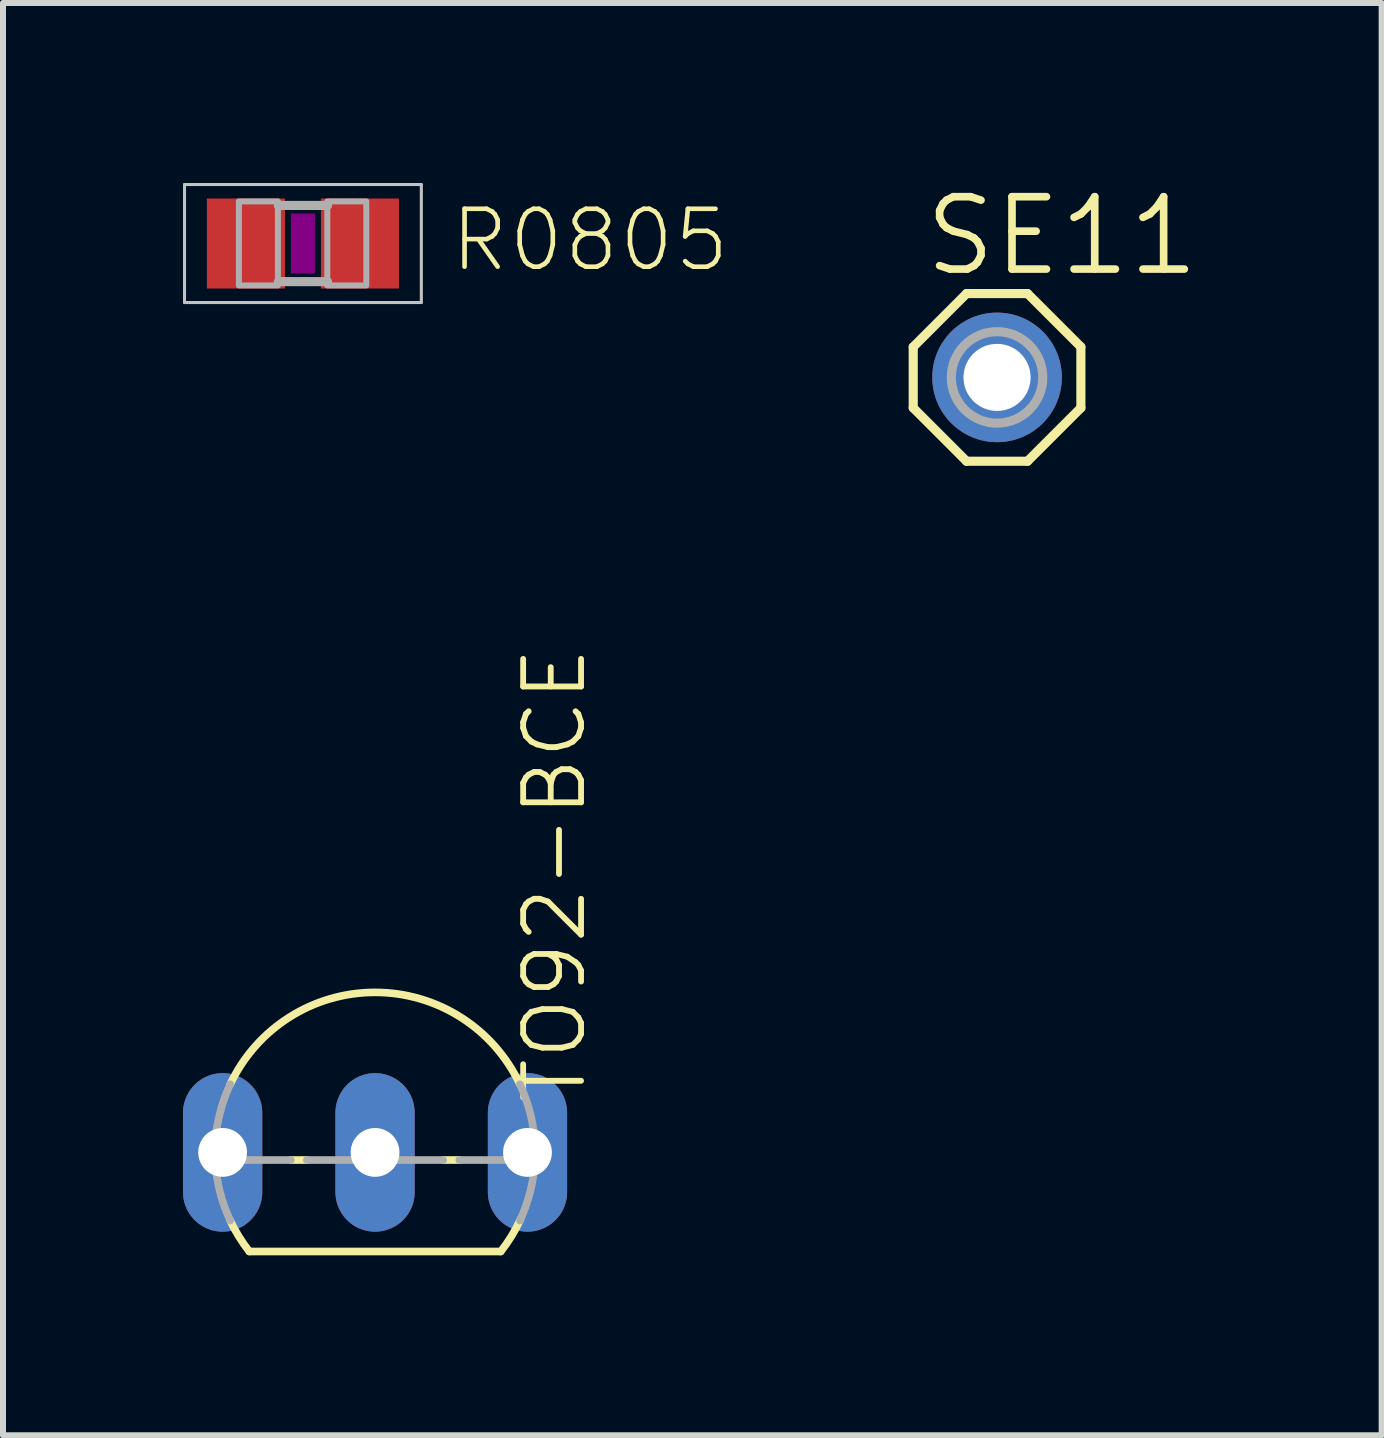
<source format=kicad_pcb>
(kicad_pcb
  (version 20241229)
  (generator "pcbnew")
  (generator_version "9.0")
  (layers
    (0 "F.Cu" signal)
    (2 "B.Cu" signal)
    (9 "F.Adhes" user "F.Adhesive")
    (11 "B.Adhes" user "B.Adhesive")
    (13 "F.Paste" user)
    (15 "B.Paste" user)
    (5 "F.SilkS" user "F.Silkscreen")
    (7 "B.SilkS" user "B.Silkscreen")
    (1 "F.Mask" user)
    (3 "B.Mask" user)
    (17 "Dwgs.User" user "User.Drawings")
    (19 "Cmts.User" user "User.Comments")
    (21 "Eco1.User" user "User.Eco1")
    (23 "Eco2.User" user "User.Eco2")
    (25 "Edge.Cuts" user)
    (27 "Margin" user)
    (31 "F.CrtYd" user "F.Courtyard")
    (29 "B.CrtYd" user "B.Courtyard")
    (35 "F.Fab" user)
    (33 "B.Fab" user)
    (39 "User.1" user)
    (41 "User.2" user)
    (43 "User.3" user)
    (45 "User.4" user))
  (footprint "TO92-BCE"
    (layer "F.Cu")
    (at 3.2 16.154)
    (property "Reference" "TO92-BCE" (at 3.556 -0.762 90) (layer "F.SilkS") (effects (font (size 0.965 0.965) (thickness 0.097)) (justify left bottom)))
    (attr through_hole)
    (fp_line (start -2.095 1.651) (end 2.095 1.651) (stroke (width 0.127) (type solid)) (layer "F.SilkS"))
    (fp_line (start -1.136 0.127) (end -1.404 0.127) (stroke (width 0.127) (type solid)) (layer "F.SilkS"))
    (fp_line (start 1.404 0.127) (end 1.136 0.127) (stroke (width 0.127) (type solid)) (layer "F.SilkS"))
    (fp_arc (start -2.413 -1.1359) (mid -0.000001 -2.666986) (end 2.412999 -1.135901) (stroke (width 0.127) (type solid)) (layer "F.SilkS"))
    (fp_arc (start -2.095 1.651) (mid -2.268918 1.40252) (end -2.4135 1.1359) (stroke (width 0.127) (type solid)) (layer "F.SilkS"))
    (fp_arc (start 2.4247 1.1118) (mid 2.275878 1.391201) (end 2.095 1.651) (stroke (width 0.127) (type solid)) (layer "F.SilkS"))
    (fp_line (start -1.404 0.127) (end -2.664 0.127) (stroke (width 0.127) (type solid)) (layer "F.Fab"))
    (fp_line (start 1.136 0.127) (end -1.136 0.127) (stroke (width 0.127) (type solid)) (layer "F.Fab"))
    (fp_line (start 2.664 0.127) (end 1.404 0.127) (stroke (width 0.127) (type solid)) (layer "F.Fab"))
    (fp_arc (start -2.664 0.127) (mid -2.615858 -0.519825) (end -2.413 -1.1359) (stroke (width 0.127) (type solid)) (layer "F.Fab"))
    (fp_arc (start -2.413 1.1359) (mid -2.588137 0.643799) (end -2.664 0.127) (stroke (width 0.127) (type solid)) (layer "F.Fab"))
    (fp_arc (start 2.413 -1.1359) (mid 2.615858 -0.519825) (end 2.664 0.127) (stroke (width 0.127) (type solid)) (layer "F.Fab"))
    (fp_arc (start 2.664 0.127) (mid 2.588137 0.643799) (end 2.413 1.1359) (stroke (width 0.127) (type solid)) (layer "F.Fab"))
    (pad "D" thru_hole oval (at 2.54 0 90) (size 2.642 1.321) (drill 0.813) (layers "*.Cu" "*.Mask"))
    (pad "G" thru_hole oval (at 0 0 90) (size 2.642 1.321) (drill 0.813) (layers "*.Cu" "*.Mask"))
    (pad "S" thru_hole oval (at -2.54 0 90) (size 2.642 1.321) (drill 0.813) (layers "*.Cu" "*.Mask")))
  (footprint "SE11"
    (layer "F.Cu")
    (at 13.565 3.239)
    (property "Reference" "SE11" (at -1.27 -1.651 0) (layer "F.SilkS") (effects (font (size 1.206 1.206) (thickness 0.127)) (justify left bottom)))
    (attr through_hole)
    (fp_line (start -1.397 -0.508) (end -1.397 0.508) (stroke (width 0.152) (type solid)) (layer "F.SilkS"))
    (fp_line (start -1.397 -0.508) (end -0.508 -1.397) (stroke (width 0.152) (type solid)) (layer "F.SilkS"))
    (fp_line (start -0.508 -1.397) (end 0.508 -1.397) (stroke (width 0.152) (type solid)) (layer "F.SilkS"))
    (fp_line (start -0.508 1.397) (end -1.397 0.508) (stroke (width 0.152) (type solid)) (layer "F.SilkS"))
    (fp_line (start 0.508 -1.397) (end 1.397 -0.508) (stroke (width 0.152) (type solid)) (layer "F.SilkS"))
    (fp_line (start 0.508 1.397) (end -0.508 1.397) (stroke (width 0.152) (type solid)) (layer "F.SilkS"))
    (fp_line (start 0.508 1.397) (end 1.397 0.508) (stroke (width 0.152) (type solid)) (layer "F.SilkS"))
    (fp_line (start 1.397 -0.508) (end 1.397 0.508) (stroke (width 0.152) (type solid)) (layer "F.SilkS"))
    (fp_circle (center 0 0) (end 0.381 0) (stroke (width 0.254) (type solid)) (fill no) (layer "F.Fab"))
    (fp_circle (center 0 0) (end 0.762 0) (stroke (width 0.152) (type solid)) (fill no) (layer "F.Fab"))
    (pad "MP" thru_hole circle (at 0 0) (size 2.159 2.159) (drill 1.118) (layers "*.Cu" "*.Mask")))
  (footprint "R0805"
    (layer "F.Cu")
    (at 1.998 1.008)
    (property "Reference" "R0805" (at 2.413 0.508 180) (layer "F.SilkS") (effects (font (size 0.965 0.965) (thickness 0.077)) (justify left bottom)))
    (attr through_hole)
    (fp_poly (pts (xy -0.2 0.5) (xy 0.2 0.5) (xy 0.2 -0.5) (xy -0.2 -0.5)) (stroke (width 0) (type solid)) (fill yes) (layer "F.Adhes"))
    (fp_line (start -1.973 -0.983) (end 1.973 -0.983) (stroke (width 0.051) (type solid)) (layer "Dwgs.User"))
    (fp_line (start -1.973 0.983) (end -1.973 -0.983) (stroke (width 0.051) (type solid)) (layer "Dwgs.User"))
    (fp_line (start 1.973 -0.983) (end 1.973 0.983) (stroke (width 0.051) (type solid)) (layer "Dwgs.User"))
    (fp_line (start 1.973 0.983) (end -1.973 0.983) (stroke (width 0.051) (type solid)) (layer "Dwgs.User"))
    (fp_line (start -0.41 -0.635) (end 0.41 -0.635) (stroke (width 0.152) (type solid)) (layer "F.Fab"))
    (fp_line (start -0.41 0.635) (end 0.41 0.635) (stroke (width 0.152) (type solid)) (layer "F.Fab"))
    (fp_poly (pts (xy -1.067 0.699) (xy -0.417 0.699) (xy -0.417 -0.702) (xy -1.067 -0.702)) (stroke (width 0.1) (type solid)) (fill no) (layer "F.Fab"))
    (fp_poly (pts (xy 0.406 0.699) (xy 1.056 0.699) (xy 1.056 -0.702) (xy 0.406 -0.702)) (stroke (width 0.1) (type solid)) (fill no) (layer "F.Fab"))
    (pad "1" smd rect (at -0.95 0) (size 1.3 1.5) (layers "F.Cu" "F.Mask" "F.Paste"))
    (pad "2" smd rect (at 0.95 0) (size 1.3 1.5) (layers "F.Cu" "F.Mask" "F.Paste")))
  (gr_rect
    (start -3 -3)
    (end 19.974 20.868)
    (stroke (width 0.1) (type default))
    (fill no)
    (layer "Edge.Cuts")))
</source>
